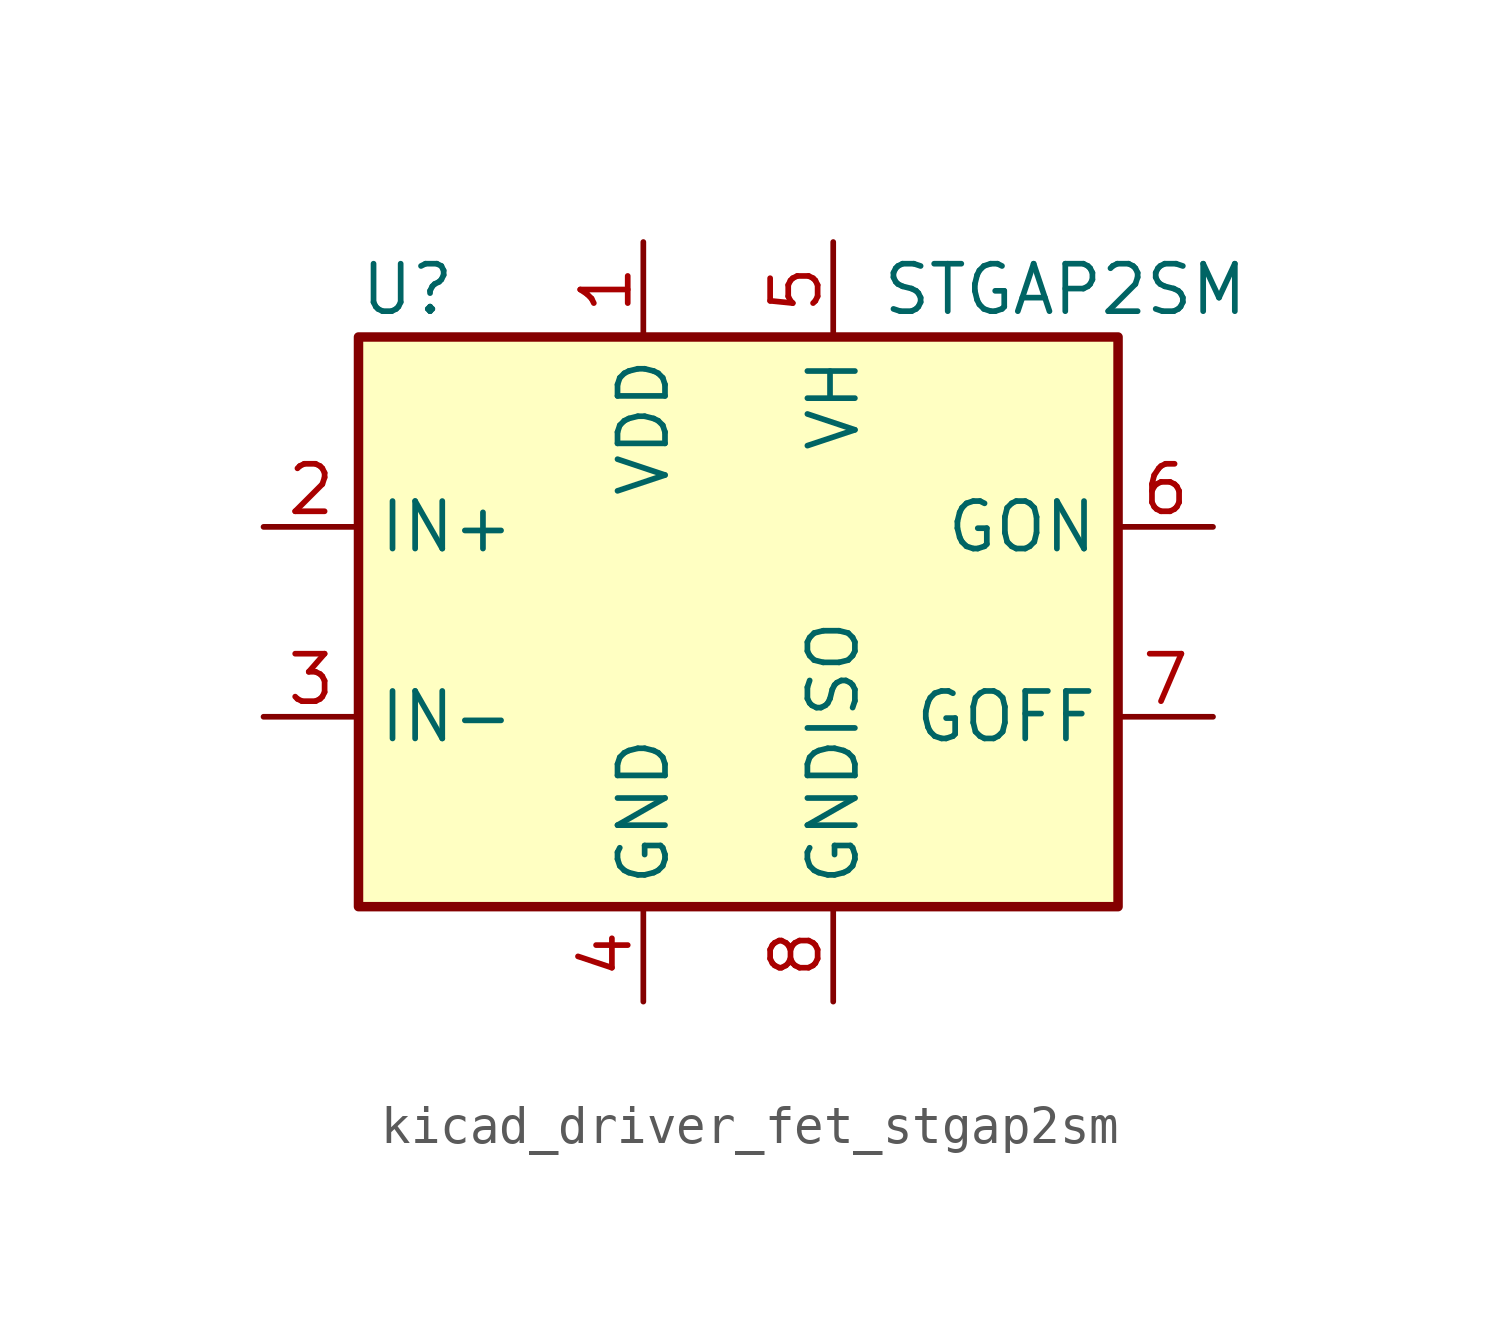
<source format=kicad_sym>
(kicad_symbol_lib
  (version 20220914)
  (generator kicad_symbol_editor)
  (symbol "kicad_driver_fet_stgap2sm"
    (property "Reference" "U"
      (at -10.16 8.89 0)
      (effects (font (size 1.27 1.27)) (justify left)))
    (property "Value" "STGAP2SM"
      (at 3.81 8.89 0)
      (effects (font (size 1.27 1.27)) (justify left)))
    (symbol "kicad_driver_fet_stgap2sm_0_1"
      (rectangle (start -10.16 -7.62) (end 10.16 7.62) (stroke (width 0.254) (type default)) (fill (type background))))
    (symbol "kicad_driver_fet_stgap2sm_1_1"
      (pin power_in line (at -2.54 10.16 270) (length 2.54) (name "VDD" (effects (font (size 1.27 1.27)))) (number "1" (effects (font (size 1.27 1.27)))))
      (pin input line (at -12.7 2.54 0) (length 2.54) (name "IN+" (effects (font (size 1.27 1.27)))) (number "2" (effects (font (size 1.27 1.27)))))
      (pin input line (at -12.7 -2.54 0) (length 2.54) (name "IN-" (effects (font (size 1.27 1.27)))) (number "3" (effects (font (size 1.27 1.27)))))
      (pin power_in line (at -2.54 -10.16 90) (length 2.54) (name "GND" (effects (font (size 1.27 1.27)))) (number "4" (effects (font (size 1.27 1.27)))))
      (pin power_in line (at 2.54 10.16 270) (length 2.54) (name "VH" (effects (font (size 1.27 1.27)))) (number "5" (effects (font (size 1.27 1.27)))))
      (pin output line (at 12.7 2.54 180) (length 2.54) (name "GON" (effects (font (size 1.27 1.27)))) (number "6" (effects (font (size 1.27 1.27)))))
      (pin output line (at 12.7 -2.54 180) (length 2.54) (name "GOFF" (effects (font (size 1.27 1.27)))) (number "7" (effects (font (size 1.27 1.27)))))
      (pin power_in line (at 2.54 -10.16 90) (length 2.54) (name "GNDISO" (effects (font (size 1.27 1.27)))) (number "8" (effects (font (size 1.27 1.27))))))))
</source>
